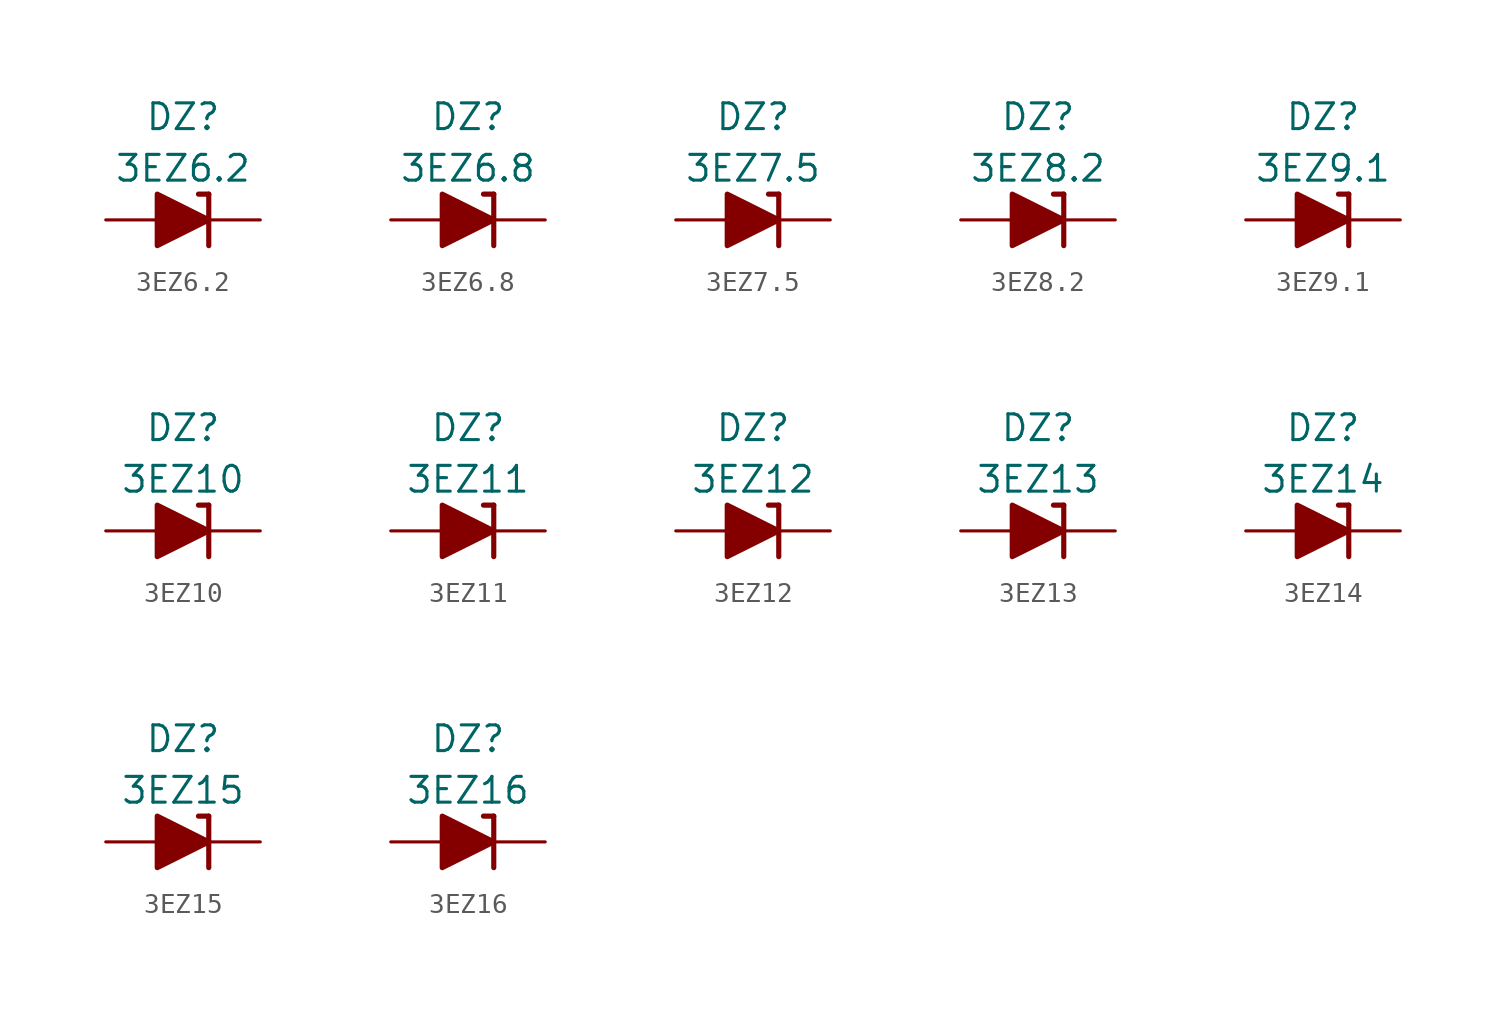
<source format=kicad_sym>
(kicad_symbol_lib
  (version 20201005)
  (generator kicad_symbol_editor)
  (symbol "Diode_Zener_AKL:3EZ6.2"
    (pin_numbers hide)
    (pin_names
      (offset 1.016) hide)
    (property "Reference" "DZ"
      (at 0 5.08 0)
      (effects (font (size 1.27 1.27))))
    (property "Value" "3EZ6.2"
      (at 0 2.54 0)
      (effects (font (size 1.27 1.27))))
    (symbol "3EZ6.2_0_1"
      (polyline (pts (xy -1.27 0) (xy 1.27 0)) (stroke (width 0)) (fill (type none)))
      (polyline (pts (xy 1.27 1.27) (xy 0.762 1.27)) (stroke (width 0.254)) (fill (type none)))
      (polyline (pts (xy 1.27 1.27) (xy 1.27 -1.27)) (stroke (width 0.254)) (fill (type none)))
      (polyline (pts (xy -1.27 -1.27) (xy -1.27 1.27) (xy 1.27 0) (xy -1.27 -1.27)) (stroke (width 0.254)) (fill (type outline))))
    (symbol "3EZ6.2_1_1"
      (pin passive line (at 3.81 0 180) (length 2.54) (name "K" (effects (font (size 1.27 1.27)))) (number "1" (effects (font (size 1.27 1.27)))))
      (pin passive line (at -3.81 0 0) (length 2.54) (name "A" (effects (font (size 1.27 1.27)))) (number "2" (effects (font (size 1.27 1.27)))))))
  (symbol "Diode_Zener_AKL:3EZ6.8"
    (pin_numbers hide)
    (pin_names
      (offset 1.016) hide)
    (property "Reference" "DZ"
      (at 0 5.08 0)
      (effects (font (size 1.27 1.27))))
    (property "Value" "3EZ6.8"
      (at 0 2.54 0)
      (effects (font (size 1.27 1.27))))
    (symbol "3EZ6.8_0_1"
      (polyline (pts (xy -1.27 0) (xy 1.27 0)) (stroke (width 0)) (fill (type none)))
      (polyline (pts (xy 1.27 1.27) (xy 0.762 1.27)) (stroke (width 0.254)) (fill (type none)))
      (polyline (pts (xy 1.27 1.27) (xy 1.27 -1.27)) (stroke (width 0.254)) (fill (type none)))
      (polyline (pts (xy -1.27 -1.27) (xy -1.27 1.27) (xy 1.27 0) (xy -1.27 -1.27)) (stroke (width 0.254)) (fill (type outline))))
    (symbol "3EZ6.8_1_1"
      (pin passive line (at 3.81 0 180) (length 2.54) (name "K" (effects (font (size 1.27 1.27)))) (number "1" (effects (font (size 1.27 1.27)))))
      (pin passive line (at -3.81 0 0) (length 2.54) (name "A" (effects (font (size 1.27 1.27)))) (number "2" (effects (font (size 1.27 1.27)))))))
  (symbol "Diode_Zener_AKL:3EZ7.5"
    (pin_numbers hide)
    (pin_names
      (offset 1.016) hide)
    (property "Reference" "DZ"
      (at 0 5.08 0)
      (effects (font (size 1.27 1.27))))
    (property "Value" "3EZ7.5"
      (at 0 2.54 0)
      (effects (font (size 1.27 1.27))))
    (symbol "3EZ7.5_0_1"
      (polyline (pts (xy -1.27 0) (xy 1.27 0)) (stroke (width 0)) (fill (type none)))
      (polyline (pts (xy 1.27 1.27) (xy 0.762 1.27)) (stroke (width 0.254)) (fill (type none)))
      (polyline (pts (xy 1.27 1.27) (xy 1.27 -1.27)) (stroke (width 0.254)) (fill (type none)))
      (polyline (pts (xy -1.27 -1.27) (xy -1.27 1.27) (xy 1.27 0) (xy -1.27 -1.27)) (stroke (width 0.254)) (fill (type outline))))
    (symbol "3EZ7.5_1_1"
      (pin passive line (at 3.81 0 180) (length 2.54) (name "K" (effects (font (size 1.27 1.27)))) (number "1" (effects (font (size 1.27 1.27)))))
      (pin passive line (at -3.81 0 0) (length 2.54) (name "A" (effects (font (size 1.27 1.27)))) (number "2" (effects (font (size 1.27 1.27)))))))
  (symbol "Diode_Zener_AKL:3EZ8.2"
    (pin_numbers hide)
    (pin_names
      (offset 1.016) hide)
    (property "Reference" "DZ"
      (at 0 5.08 0)
      (effects (font (size 1.27 1.27))))
    (property "Value" "3EZ8.2"
      (at 0 2.54 0)
      (effects (font (size 1.27 1.27))))
    (symbol "3EZ8.2_0_1"
      (polyline (pts (xy -1.27 0) (xy 1.27 0)) (stroke (width 0)) (fill (type none)))
      (polyline (pts (xy 1.27 1.27) (xy 0.762 1.27)) (stroke (width 0.254)) (fill (type none)))
      (polyline (pts (xy 1.27 1.27) (xy 1.27 -1.27)) (stroke (width 0.254)) (fill (type none)))
      (polyline (pts (xy -1.27 -1.27) (xy -1.27 1.27) (xy 1.27 0) (xy -1.27 -1.27)) (stroke (width 0.254)) (fill (type outline))))
    (symbol "3EZ8.2_1_1"
      (pin passive line (at 3.81 0 180) (length 2.54) (name "K" (effects (font (size 1.27 1.27)))) (number "1" (effects (font (size 1.27 1.27)))))
      (pin passive line (at -3.81 0 0) (length 2.54) (name "A" (effects (font (size 1.27 1.27)))) (number "2" (effects (font (size 1.27 1.27)))))))
  (symbol "Diode_Zener_AKL:3EZ9.1"
    (pin_numbers hide)
    (pin_names
      (offset 1.016) hide)
    (property "Reference" "DZ"
      (at 0 5.08 0)
      (effects (font (size 1.27 1.27))))
    (property "Value" "3EZ9.1"
      (at 0 2.54 0)
      (effects (font (size 1.27 1.27))))
    (symbol "3EZ9.1_0_1"
      (polyline (pts (xy -1.27 0) (xy 1.27 0)) (stroke (width 0)) (fill (type none)))
      (polyline (pts (xy 1.27 1.27) (xy 0.762 1.27)) (stroke (width 0.254)) (fill (type none)))
      (polyline (pts (xy 1.27 1.27) (xy 1.27 -1.27)) (stroke (width 0.254)) (fill (type none)))
      (polyline (pts (xy -1.27 -1.27) (xy -1.27 1.27) (xy 1.27 0) (xy -1.27 -1.27)) (stroke (width 0.254)) (fill (type outline))))
    (symbol "3EZ9.1_1_1"
      (pin passive line (at 3.81 0 180) (length 2.54) (name "K" (effects (font (size 1.27 1.27)))) (number "1" (effects (font (size 1.27 1.27)))))
      (pin passive line (at -3.81 0 0) (length 2.54) (name "A" (effects (font (size 1.27 1.27)))) (number "2" (effects (font (size 1.27 1.27)))))))
  (symbol "Diode_Zener_AKL:3EZ10"
    (pin_numbers hide)
    (pin_names
      (offset 1.016) hide)
    (property "Reference" "DZ"
      (at 0 5.08 0)
      (effects (font (size 1.27 1.27))))
    (property "Value" "3EZ10"
      (at 0 2.54 0)
      (effects (font (size 1.27 1.27))))
    (symbol "3EZ10_0_1"
      (polyline (pts (xy -1.27 0) (xy 1.27 0)) (stroke (width 0)) (fill (type none)))
      (polyline (pts (xy 1.27 1.27) (xy 0.762 1.27)) (stroke (width 0.254)) (fill (type none)))
      (polyline (pts (xy 1.27 1.27) (xy 1.27 -1.27)) (stroke (width 0.254)) (fill (type none)))
      (polyline (pts (xy -1.27 -1.27) (xy -1.27 1.27) (xy 1.27 0) (xy -1.27 -1.27)) (stroke (width 0.254)) (fill (type outline))))
    (symbol "3EZ10_1_1"
      (pin passive line (at 3.81 0 180) (length 2.54) (name "K" (effects (font (size 1.27 1.27)))) (number "1" (effects (font (size 1.27 1.27)))))
      (pin passive line (at -3.81 0 0) (length 2.54) (name "A" (effects (font (size 1.27 1.27)))) (number "2" (effects (font (size 1.27 1.27)))))))
  (symbol "Diode_Zener_AKL:3EZ11"
    (pin_numbers hide)
    (pin_names
      (offset 1.016) hide)
    (property "Reference" "DZ"
      (at 0 5.08 0)
      (effects (font (size 1.27 1.27))))
    (property "Value" "3EZ11"
      (at 0 2.54 0)
      (effects (font (size 1.27 1.27))))
    (symbol "3EZ11_0_1"
      (polyline (pts (xy -1.27 0) (xy 1.27 0)) (stroke (width 0)) (fill (type none)))
      (polyline (pts (xy 1.27 1.27) (xy 0.762 1.27)) (stroke (width 0.254)) (fill (type none)))
      (polyline (pts (xy 1.27 1.27) (xy 1.27 -1.27)) (stroke (width 0.254)) (fill (type none)))
      (polyline (pts (xy -1.27 -1.27) (xy -1.27 1.27) (xy 1.27 0) (xy -1.27 -1.27)) (stroke (width 0.254)) (fill (type outline))))
    (symbol "3EZ11_1_1"
      (pin passive line (at 3.81 0 180) (length 2.54) (name "K" (effects (font (size 1.27 1.27)))) (number "1" (effects (font (size 1.27 1.27)))))
      (pin passive line (at -3.81 0 0) (length 2.54) (name "A" (effects (font (size 1.27 1.27)))) (number "2" (effects (font (size 1.27 1.27)))))))
  (symbol "Diode_Zener_AKL:3EZ12"
    (pin_numbers hide)
    (pin_names
      (offset 1.016) hide)
    (property "Reference" "DZ"
      (at 0 5.08 0)
      (effects (font (size 1.27 1.27))))
    (property "Value" "3EZ12"
      (at 0 2.54 0)
      (effects (font (size 1.27 1.27))))
    (symbol "3EZ12_0_1"
      (polyline (pts (xy -1.27 0) (xy 1.27 0)) (stroke (width 0)) (fill (type none)))
      (polyline (pts (xy 1.27 1.27) (xy 0.762 1.27)) (stroke (width 0.254)) (fill (type none)))
      (polyline (pts (xy 1.27 1.27) (xy 1.27 -1.27)) (stroke (width 0.254)) (fill (type none)))
      (polyline (pts (xy -1.27 -1.27) (xy -1.27 1.27) (xy 1.27 0) (xy -1.27 -1.27)) (stroke (width 0.254)) (fill (type outline))))
    (symbol "3EZ12_1_1"
      (pin passive line (at 3.81 0 180) (length 2.54) (name "K" (effects (font (size 1.27 1.27)))) (number "1" (effects (font (size 1.27 1.27)))))
      (pin passive line (at -3.81 0 0) (length 2.54) (name "A" (effects (font (size 1.27 1.27)))) (number "2" (effects (font (size 1.27 1.27)))))))
  (symbol "Diode_Zener_AKL:3EZ13"
    (pin_numbers hide)
    (pin_names
      (offset 1.016) hide)
    (property "Reference" "DZ"
      (at 0 5.08 0)
      (effects (font (size 1.27 1.27))))
    (property "Value" "3EZ13"
      (at 0 2.54 0)
      (effects (font (size 1.27 1.27))))
    (symbol "3EZ13_0_1"
      (polyline (pts (xy -1.27 0) (xy 1.27 0)) (stroke (width 0)) (fill (type none)))
      (polyline (pts (xy 1.27 1.27) (xy 0.762 1.27)) (stroke (width 0.254)) (fill (type none)))
      (polyline (pts (xy 1.27 1.27) (xy 1.27 -1.27)) (stroke (width 0.254)) (fill (type none)))
      (polyline (pts (xy -1.27 -1.27) (xy -1.27 1.27) (xy 1.27 0) (xy -1.27 -1.27)) (stroke (width 0.254)) (fill (type outline))))
    (symbol "3EZ13_1_1"
      (pin passive line (at 3.81 0 180) (length 2.54) (name "K" (effects (font (size 1.27 1.27)))) (number "1" (effects (font (size 1.27 1.27)))))
      (pin passive line (at -3.81 0 0) (length 2.54) (name "A" (effects (font (size 1.27 1.27)))) (number "2" (effects (font (size 1.27 1.27)))))))
  (symbol "Diode_Zener_AKL:3EZ14"
    (pin_numbers hide)
    (pin_names
      (offset 1.016) hide)
    (property "Reference" "DZ"
      (at 0 5.08 0)
      (effects (font (size 1.27 1.27))))
    (property "Value" "3EZ14"
      (at 0 2.54 0)
      (effects (font (size 1.27 1.27))))
    (symbol "3EZ14_0_1"
      (polyline (pts (xy -1.27 0) (xy 1.27 0)) (stroke (width 0)) (fill (type none)))
      (polyline (pts (xy 1.27 1.27) (xy 0.762 1.27)) (stroke (width 0.254)) (fill (type none)))
      (polyline (pts (xy 1.27 1.27) (xy 1.27 -1.27)) (stroke (width 0.254)) (fill (type none)))
      (polyline (pts (xy -1.27 -1.27) (xy -1.27 1.27) (xy 1.27 0) (xy -1.27 -1.27)) (stroke (width 0.254)) (fill (type outline))))
    (symbol "3EZ14_1_1"
      (pin passive line (at 3.81 0 180) (length 2.54) (name "K" (effects (font (size 1.27 1.27)))) (number "1" (effects (font (size 1.27 1.27)))))
      (pin passive line (at -3.81 0 0) (length 2.54) (name "A" (effects (font (size 1.27 1.27)))) (number "2" (effects (font (size 1.27 1.27)))))))
  (symbol "Diode_Zener_AKL:3EZ15"
    (pin_numbers hide)
    (pin_names
      (offset 1.016) hide)
    (property "Reference" "DZ"
      (at 0 5.08 0)
      (effects (font (size 1.27 1.27))))
    (property "Value" "3EZ15"
      (at 0 2.54 0)
      (effects (font (size 1.27 1.27))))
    (symbol "3EZ15_0_1"
      (polyline (pts (xy -1.27 0) (xy 1.27 0)) (stroke (width 0)) (fill (type none)))
      (polyline (pts (xy 1.27 1.27) (xy 0.762 1.27)) (stroke (width 0.254)) (fill (type none)))
      (polyline (pts (xy 1.27 1.27) (xy 1.27 -1.27)) (stroke (width 0.254)) (fill (type none)))
      (polyline (pts (xy -1.27 -1.27) (xy -1.27 1.27) (xy 1.27 0) (xy -1.27 -1.27)) (stroke (width 0.254)) (fill (type outline))))
    (symbol "3EZ15_1_1"
      (pin passive line (at 3.81 0 180) (length 2.54) (name "K" (effects (font (size 1.27 1.27)))) (number "1" (effects (font (size 1.27 1.27)))))
      (pin passive line (at -3.81 0 0) (length 2.54) (name "A" (effects (font (size 1.27 1.27)))) (number "2" (effects (font (size 1.27 1.27)))))))
  (symbol "Diode_Zener_AKL:3EZ16"
    (pin_numbers hide)
    (pin_names
      (offset 1.016) hide)
    (property "Reference" "DZ"
      (at 0 5.08 0)
      (effects (font (size 1.27 1.27))))
    (property "Value" "3EZ16"
      (at 0 2.54 0)
      (effects (font (size 1.27 1.27))))
    (symbol "3EZ16_0_1"
      (polyline (pts (xy -1.27 0) (xy 1.27 0)) (stroke (width 0)) (fill (type none)))
      (polyline (pts (xy 1.27 1.27) (xy 0.762 1.27)) (stroke (width 0.254)) (fill (type none)))
      (polyline (pts (xy 1.27 1.27) (xy 1.27 -1.27)) (stroke (width 0.254)) (fill (type none)))
      (polyline (pts (xy -1.27 -1.27) (xy -1.27 1.27) (xy 1.27 0) (xy -1.27 -1.27)) (stroke (width 0.254)) (fill (type outline))))
    (symbol "3EZ16_1_1"
      (pin passive line (at 3.81 0 180) (length 2.54) (name "K" (effects (font (size 1.27 1.27)))) (number "1" (effects (font (size 1.27 1.27)))))
      (pin passive line (at -3.81 0 0) (length 2.54) (name "A" (effects (font (size 1.27 1.27)))) (number "2" (effects (font (size 1.27 1.27))))))))
</source>
